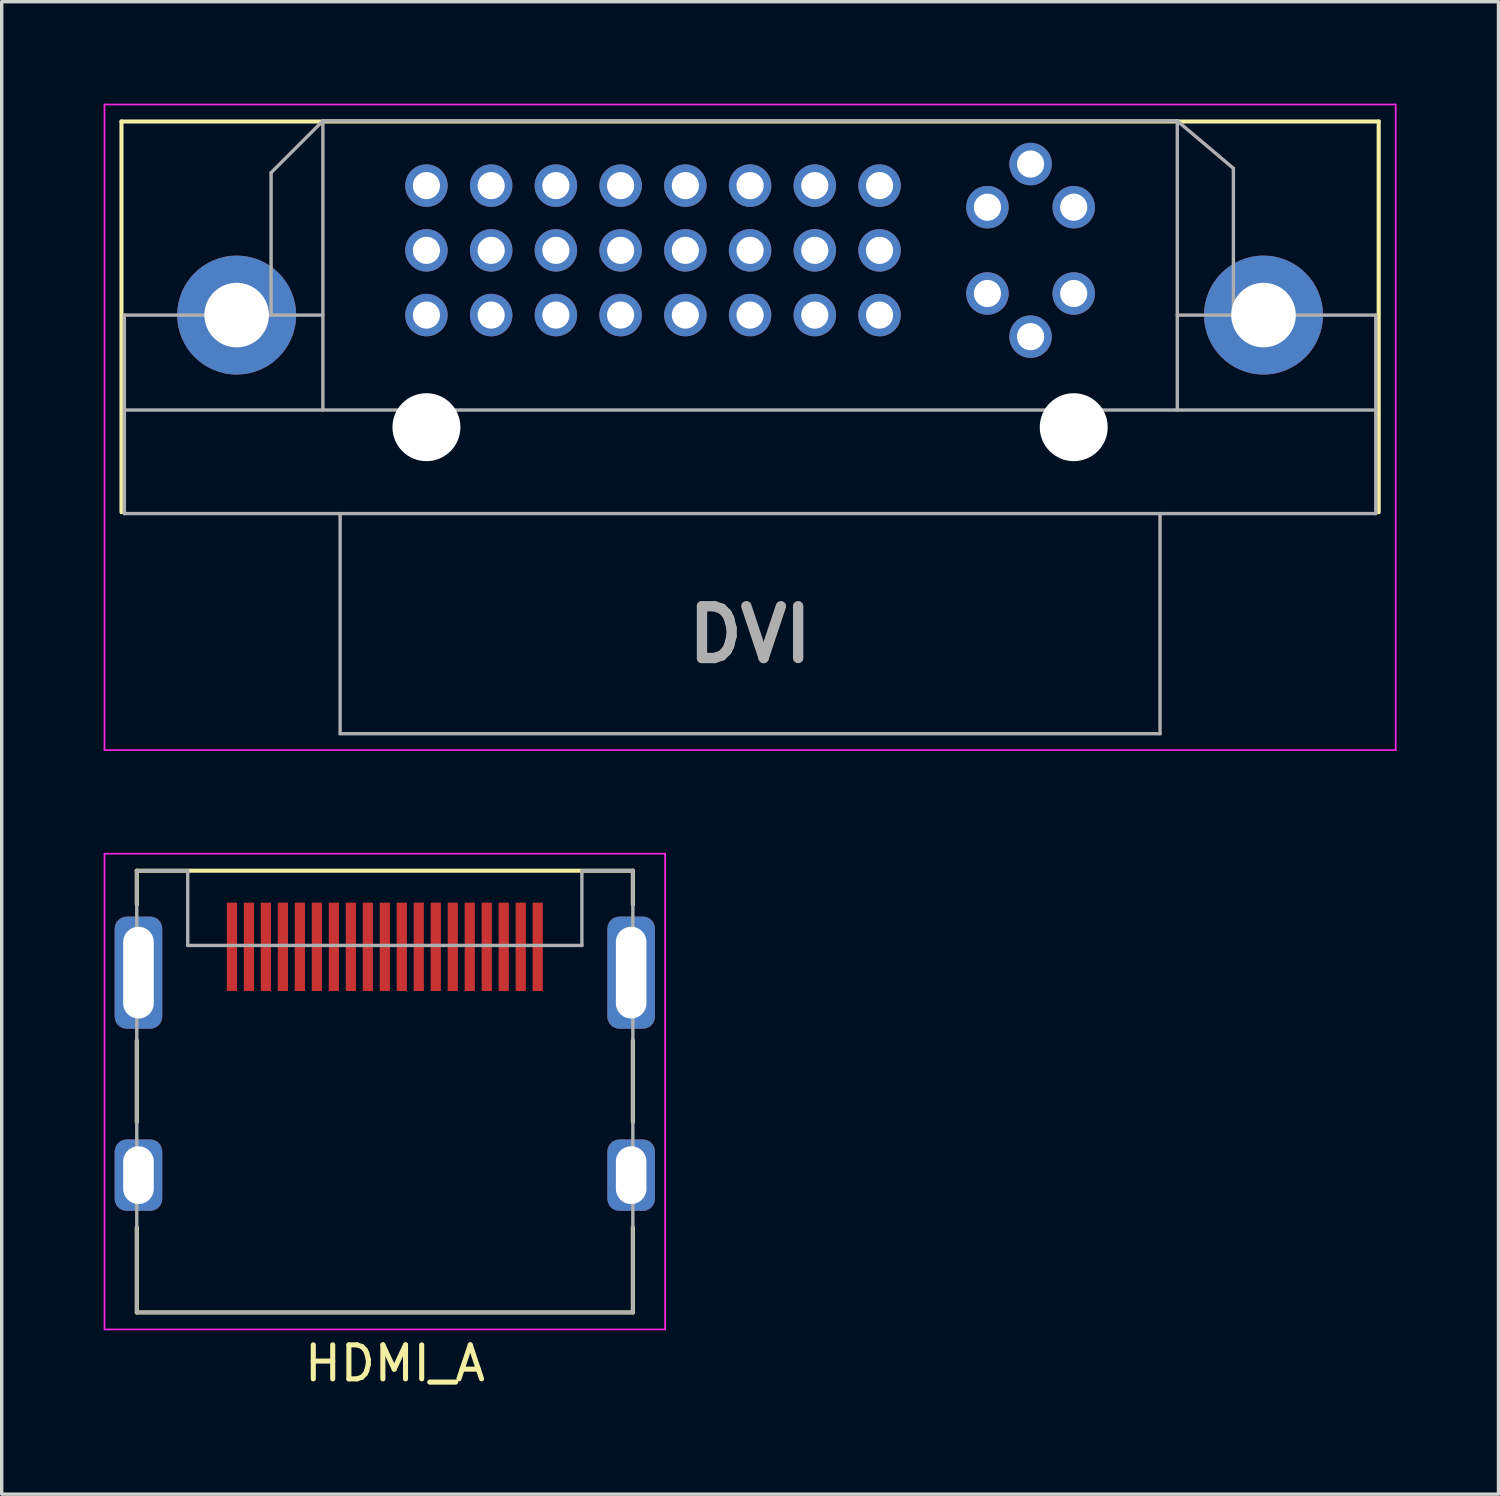
<source format=kicad_pcb>
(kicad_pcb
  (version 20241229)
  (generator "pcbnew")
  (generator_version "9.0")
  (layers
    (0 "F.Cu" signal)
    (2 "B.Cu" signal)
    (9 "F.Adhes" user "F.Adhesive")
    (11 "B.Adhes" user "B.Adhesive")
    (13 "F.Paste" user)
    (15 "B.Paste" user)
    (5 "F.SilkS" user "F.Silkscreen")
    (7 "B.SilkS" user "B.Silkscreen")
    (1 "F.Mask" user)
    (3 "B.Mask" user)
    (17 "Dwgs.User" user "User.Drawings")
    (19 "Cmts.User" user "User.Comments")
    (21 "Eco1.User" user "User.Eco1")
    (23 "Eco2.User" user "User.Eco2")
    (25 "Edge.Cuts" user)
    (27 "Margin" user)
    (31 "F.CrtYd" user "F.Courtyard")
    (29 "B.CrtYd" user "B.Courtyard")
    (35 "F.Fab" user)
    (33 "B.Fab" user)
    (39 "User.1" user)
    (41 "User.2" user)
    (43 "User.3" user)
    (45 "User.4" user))
  (footprint "HDMI_A"
    (layer "F.Cu")
    (at 8.275 25.575)
    (property "Reference" "HDMI_A" (at 0.3 11.5 0) (layer "F.SilkS") (effects (font (size 1 1) (thickness 0.15))))
    (attr through_hole)
    (fp_line (start -7.3 -3) (end 7.3 -3) (stroke (width 0.12) (type solid)) (layer "F.SilkS"))
    (fp_line (start -7.3 -2) (end -7.3 -3) (stroke (width 0.12) (type solid)) (layer "F.SilkS"))
    (fp_line (start -7.3 2) (end -7.3 4.4) (stroke (width 0.12) (type solid)) (layer "F.SilkS"))
    (fp_line (start -7.3 7.5) (end -7.3 10) (stroke (width 0.12) (type solid)) (layer "F.SilkS"))
    (fp_line (start -7.3 10) (end 7.3 10) (stroke (width 0.12) (type solid)) (layer "F.SilkS"))
    (fp_line (start 7.3 -3) (end 7.3 -2) (stroke (width 0.12) (type solid)) (layer "F.SilkS"))
    (fp_line (start 7.3 2) (end 7.3 4.4) (stroke (width 0.12) (type solid)) (layer "F.SilkS"))
    (fp_line (start 7.3 10) (end 7.3 7.5) (stroke (width 0.12) (type solid)) (layer "F.SilkS"))
    (fp_line (start -8.25 -3.5) (end 8.25 -3.5) (stroke (width 0.05) (type solid)) (layer "F.CrtYd"))
    (fp_line (start -8.25 10.5) (end -8.25 -3.5) (stroke (width 0.05) (type solid)) (layer "F.CrtYd"))
    (fp_line (start -8.25 10.5) (end 8.25 10.5) (stroke (width 0.05) (type solid)) (layer "F.CrtYd"))
    (fp_line (start 8.25 -3.5) (end 8.25 10.5) (stroke (width 0.05) (type solid)) (layer "F.CrtYd"))
    (fp_line (start -7.3 -3) (end -7.3 10) (stroke (width 0.1) (type solid)) (layer "F.Fab"))
    (fp_line (start -7.3 -3) (end -5.8 -3) (stroke (width 0.1) (type solid)) (layer "F.Fab"))
    (fp_line (start -7.3 10) (end 7.3 10) (stroke (width 0.1) (type solid)) (layer "F.Fab"))
    (fp_line (start -5.8 -3) (end -5.8 -0.8) (stroke (width 0.1) (type solid)) (layer "F.Fab"))
    (fp_line (start -5.8 -0.8) (end 5.8 -0.8) (stroke (width 0.1) (type solid)) (layer "F.Fab"))
    (fp_line (start 5.8 -3) (end 5.8 -0.8) (stroke (width 0.1) (type solid)) (layer "F.Fab"))
    (fp_line (start 5.8 -3) (end 7.3 -3) (stroke (width 0.1) (type solid)) (layer "F.Fab"))
    (fp_line (start 7.3 10) (end 7.3 -3) (stroke (width 0.1) (type solid)) (layer "F.Fab"))
    (pad "1" smd rect (at 4.5 -0.76) (size 0.3 2.6) (layers "F.Cu" "F.Mask" "F.Paste"))
    (pad "2" smd rect (at 4 -0.76) (size 0.3 2.6) (layers "F.Cu" "F.Mask" "F.Paste"))
    (pad "3" smd rect (at 3.5 -0.76) (size 0.3 2.6) (layers "F.Cu" "F.Mask" "F.Paste"))
    (pad "4" smd rect (at 3 -0.76) (size 0.3 2.6) (layers "F.Cu" "F.Mask" "F.Paste"))
    (pad "5" smd rect (at 2.5 -0.76) (size 0.3 2.6) (layers "F.Cu" "F.Mask" "F.Paste"))
    (pad "6" smd rect (at 2 -0.76) (size 0.3 2.6) (layers "F.Cu" "F.Mask" "F.Paste"))
    (pad "7" smd rect (at 1.5 -0.76) (size 0.3 2.6) (layers "F.Cu" "F.Mask" "F.Paste"))
    (pad "8" smd rect (at 1 -0.76) (size 0.3 2.6) (layers "F.Cu" "F.Mask" "F.Paste"))
    (pad "9" smd rect (at 0.5 -0.76) (size 0.3 2.6) (layers "F.Cu" "F.Mask" "F.Paste"))
    (pad "10" smd rect (at 0 -0.76) (size 0.3 2.6) (layers "F.Cu" "F.Mask" "F.Paste"))
    (pad "11" smd rect (at -0.5 -0.76) (size 0.3 2.6) (layers "F.Cu" "F.Mask" "F.Paste"))
    (pad "12" smd rect (at -1 -0.76) (size 0.3 2.6) (layers "F.Cu" "F.Mask" "F.Paste"))
    (pad "13" smd rect (at -1.5 -0.76) (size 0.3 2.6) (layers "F.Cu" "F.Mask" "F.Paste"))
    (pad "14" smd rect (at -2 -0.76) (size 0.3 2.6) (layers "F.Cu" "F.Mask" "F.Paste"))
    (pad "15" smd rect (at -2.5 -0.76) (size 0.3 2.6) (layers "F.Cu" "F.Mask" "F.Paste"))
    (pad "16" smd rect (at -3 -0.76) (size 0.3 2.6) (layers "F.Cu" "F.Mask" "F.Paste"))
    (pad "17" smd rect (at -3.5 -0.76) (size 0.3 2.6) (layers "F.Cu" "F.Mask" "F.Paste"))
    (pad "18" smd rect (at -4 -0.76) (size 0.3 2.6) (layers "F.Cu" "F.Mask" "F.Paste"))
    (pad "19" smd rect (at -4.5 -0.76) (size 0.3 2.6) (layers "F.Cu" "F.Mask" "F.Paste"))
    (pad "SH" thru_hole roundrect (at -7.25 0) (size 1.4 3.3) (drill oval 0.9 2.7) (layers "*.Cu" "*.Mask") (roundrect_rratio 0.25))
    (pad "SH" thru_hole roundrect (at -7.25 5.96) (size 1.4 2.1) (drill oval 0.9 1.7) (layers "*.Cu" "*.Mask") (roundrect_rratio 0.25))
    (pad "SH" thru_hole roundrect (at 7.25 0) (size 1.4 3.3) (drill oval 0.9 2.7) (layers "*.Cu" "*.Mask") (roundrect_rratio 0.25))
    (pad "SH" thru_hole roundrect (at 7.25 5.96) (size 1.4 2.1) (drill oval 0.9 1.7) (layers "*.Cu" "*.Mask") (roundrect_rratio 0.25)))
  (footprint "DVI"
    (layer "F.Cu")
    (at 19.025 9.525)
    (property "Reference" "DVI" (at 0 6.101 0) (layer "F.Fab") (effects (font (size 1.524 1.524) (thickness 0.305))))
    (attr through_hole)
    (fp_line (start -18.5 -9) (end 18.5 -9) (stroke (width 0.12) (type solid)) (layer "F.SilkS"))
    (fp_line (start -18.5 2.5) (end -18.5 -9) (stroke (width 0.12) (type solid)) (layer "F.SilkS"))
    (fp_line (start 18.5 -9) (end 18.5 2.5) (stroke (width 0.12) (type solid)) (layer "F.SilkS"))
    (fp_line (start -19 -9.5) (end -19 9.5) (stroke (width 0.05) (type solid)) (layer "F.CrtYd"))
    (fp_line (start -19 9.5) (end 19 9.5) (stroke (width 0.05) (type solid)) (layer "F.CrtYd"))
    (fp_line (start 19 -9.5) (end -19 -9.5) (stroke (width 0.05) (type solid)) (layer "F.CrtYd"))
    (fp_line (start 19 9.5) (end 19 -9.5) (stroke (width 0.05) (type solid)) (layer "F.CrtYd"))
    (fp_line (start -18.415 -3.302) (end -12.573 -3.302) (stroke (width 0.1) (type solid)) (layer "F.Fab"))
    (fp_line (start -18.415 -0.508) (end -18.415 -3.302) (stroke (width 0.1) (type solid)) (layer "F.Fab"))
    (fp_line (start -18.415 -0.508) (end -18.415 2.54) (stroke (width 0.1) (type solid)) (layer "F.Fab"))
    (fp_line (start -18.415 -0.508) (end 18.415 -0.508) (stroke (width 0.1) (type solid)) (layer "F.Fab"))
    (fp_line (start -18.415 2.54) (end 18.415 2.54) (stroke (width 0.1) (type solid)) (layer "F.Fab"))
    (fp_line (start -14.097 -7.493) (end -14.097 -3.302) (stroke (width 0.1) (type solid)) (layer "F.Fab"))
    (fp_line (start -12.573 -9.017) (end -14.097 -7.493) (stroke (width 0.1) (type solid)) (layer "F.Fab"))
    (fp_line (start -12.573 -9.017) (end -12.573 -0.508) (stroke (width 0.1) (type solid)) (layer "F.Fab"))
    (fp_line (start -12.573 -9.017) (end 12.573 -9.017) (stroke (width 0.1) (type solid)) (layer "F.Fab"))
    (fp_line (start -12.065 9.017) (end -12.065 2.54) (stroke (width 0.1) (type solid)) (layer "F.Fab"))
    (fp_line (start -12.065 9.017) (end 12.065 9.017) (stroke (width 0.1) (type solid)) (layer "F.Fab"))
    (fp_line (start 12.065 9.017) (end 12.065 2.54) (stroke (width 0.1) (type solid)) (layer "F.Fab"))
    (fp_line (start 12.573 -9.017) (end 12.573 -0.508) (stroke (width 0.1) (type solid)) (layer "F.Fab"))
    (fp_line (start 12.573 -9.017) (end 14.224 -7.62) (stroke (width 0.1) (type solid)) (layer "F.Fab"))
    (fp_line (start 14.224 -7.62) (end 14.224 -3.302) (stroke (width 0.1) (type solid)) (layer "F.Fab"))
    (fp_line (start 18.415 -3.302) (end 12.573 -3.302) (stroke (width 0.1) (type solid)) (layer "F.Fab"))
    (fp_line (start 18.415 -0.508) (end 18.415 -3.302) (stroke (width 0.1) (type solid)) (layer "F.Fab"))
    (fp_line (start 18.415 -0.508) (end 18.415 2.54) (stroke (width 0.1) (type solid)) (layer "F.Fab"))
    (pad "" thru_hole circle (at -15.11 -3.302) (size 3.5 3.5) (drill 1.9) (layers "*.Cu" "*.Mask"))
    (pad "" np_thru_hole circle (at -9.525 -0.003) (size 2 2) (drill 2) (layers "*.Cu" "*.Mask"))
    (pad "" np_thru_hole circle (at 9.525 -0.003) (size 2 2) (drill 2) (layers "*.Cu" "*.Mask"))
    (pad "" thru_hole circle (at 15.11 -3.302) (size 3.5 3.5) (drill 1.9) (layers "*.Cu" "*.Mask"))
    (pad "1" thru_hole circle (at -9.525 -7.112) (size 1.25 1.25) (drill 0.8) (layers "*.Cu" "*.Mask"))
    (pad "2" thru_hole circle (at -7.62 -7.112) (size 1.25 1.25) (drill 0.8) (layers "*.Cu" "*.Mask"))
    (pad "3" thru_hole circle (at -5.715 -7.112) (size 1.25 1.25) (drill 0.8) (layers "*.Cu" "*.Mask"))
    (pad "4" thru_hole circle (at -3.81 -7.112) (size 1.25 1.25) (drill 0.8) (layers "*.Cu" "*.Mask"))
    (pad "5" thru_hole circle (at -1.905 -7.112) (size 1.25 1.25) (drill 0.8) (layers "*.Cu" "*.Mask"))
    (pad "6" thru_hole circle (at 0 -7.112) (size 1.25 1.25) (drill 0.8) (layers "*.Cu" "*.Mask"))
    (pad "7" thru_hole circle (at 1.905 -7.112) (size 1.25 1.25) (drill 0.8) (layers "*.Cu" "*.Mask"))
    (pad "8" thru_hole circle (at 3.81 -7.112) (size 1.25 1.25) (drill 0.8) (layers "*.Cu" "*.Mask"))
    (pad "9" thru_hole circle (at -9.525 -5.207) (size 1.25 1.25) (drill 0.8) (layers "*.Cu" "*.Mask"))
    (pad "10" thru_hole circle (at -7.62 -5.207) (size 1.25 1.25) (drill 0.8) (layers "*.Cu" "*.Mask"))
    (pad "11" thru_hole circle (at -5.715 -5.207) (size 1.25 1.25) (drill 0.8) (layers "*.Cu" "*.Mask"))
    (pad "12" thru_hole circle (at -3.81 -5.207) (size 1.25 1.25) (drill 0.8) (layers "*.Cu" "*.Mask"))
    (pad "13" thru_hole circle (at -1.905 -5.207) (size 1.25 1.25) (drill 0.8) (layers "*.Cu" "*.Mask"))
    (pad "14" thru_hole circle (at 0 -5.207) (size 1.25 1.25) (drill 0.8) (layers "*.Cu" "*.Mask"))
    (pad "15" thru_hole circle (at 1.905 -5.207) (size 1.25 1.25) (drill 0.8) (layers "*.Cu" "*.Mask"))
    (pad "16" thru_hole circle (at 3.81 -5.207) (size 1.25 1.25) (drill 0.8) (layers "*.Cu" "*.Mask"))
    (pad "17" thru_hole circle (at -9.525 -3.302) (size 1.25 1.25) (drill 0.8) (layers "*.Cu" "*.Mask"))
    (pad "18" thru_hole circle (at -7.62 -3.302) (size 1.25 1.25) (drill 0.8) (layers "*.Cu" "*.Mask"))
    (pad "19" thru_hole circle (at -5.715 -3.302) (size 1.25 1.25) (drill 0.8) (layers "*.Cu" "*.Mask"))
    (pad "20" thru_hole circle (at -3.81 -3.302) (size 1.25 1.25) (drill 0.8) (layers "*.Cu" "*.Mask"))
    (pad "21" thru_hole circle (at -1.905 -3.302) (size 1.25 1.25) (drill 0.8) (layers "*.Cu" "*.Mask"))
    (pad "22" thru_hole circle (at 0 -3.302) (size 1.25 1.25) (drill 0.8) (layers "*.Cu" "*.Mask"))
    (pad "23" thru_hole circle (at 1.905 -3.302) (size 1.25 1.25) (drill 0.8) (layers "*.Cu" "*.Mask"))
    (pad "24" thru_hole circle (at 3.81 -3.302) (size 1.25 1.25) (drill 0.8) (layers "*.Cu" "*.Mask"))
    (pad "C1" thru_hole circle (at 6.985 -6.477) (size 1.25 1.25) (drill 0.8) (layers "*.Cu" "*.Mask"))
    (pad "C2" thru_hole circle (at 9.525 -6.477) (size 1.25 1.25) (drill 0.8) (layers "*.Cu" "*.Mask"))
    (pad "C3" thru_hole circle (at 6.985 -3.937) (size 1.25 1.25) (drill 0.8) (layers "*.Cu" "*.Mask"))
    (pad "C4" thru_hole circle (at 9.525 -3.937) (size 1.25 1.25) (drill 0.8) (layers "*.Cu" "*.Mask"))
    (pad "C5" thru_hole circle (at 8.255 -7.747) (size 1.25 1.25) (drill 0.8) (layers "*.Cu" "*.Mask"))
    (pad "C5" thru_hole circle (at 8.255 -2.667) (size 1.25 1.25) (drill 0.8) (layers "*.Cu" "*.Mask")))
  (gr_rect
    (start -3 -3)
    (end 41.05 40.923)
    (stroke (width 0.1) (type default))
    (fill no)
    (layer "Edge.Cuts")))
</source>
